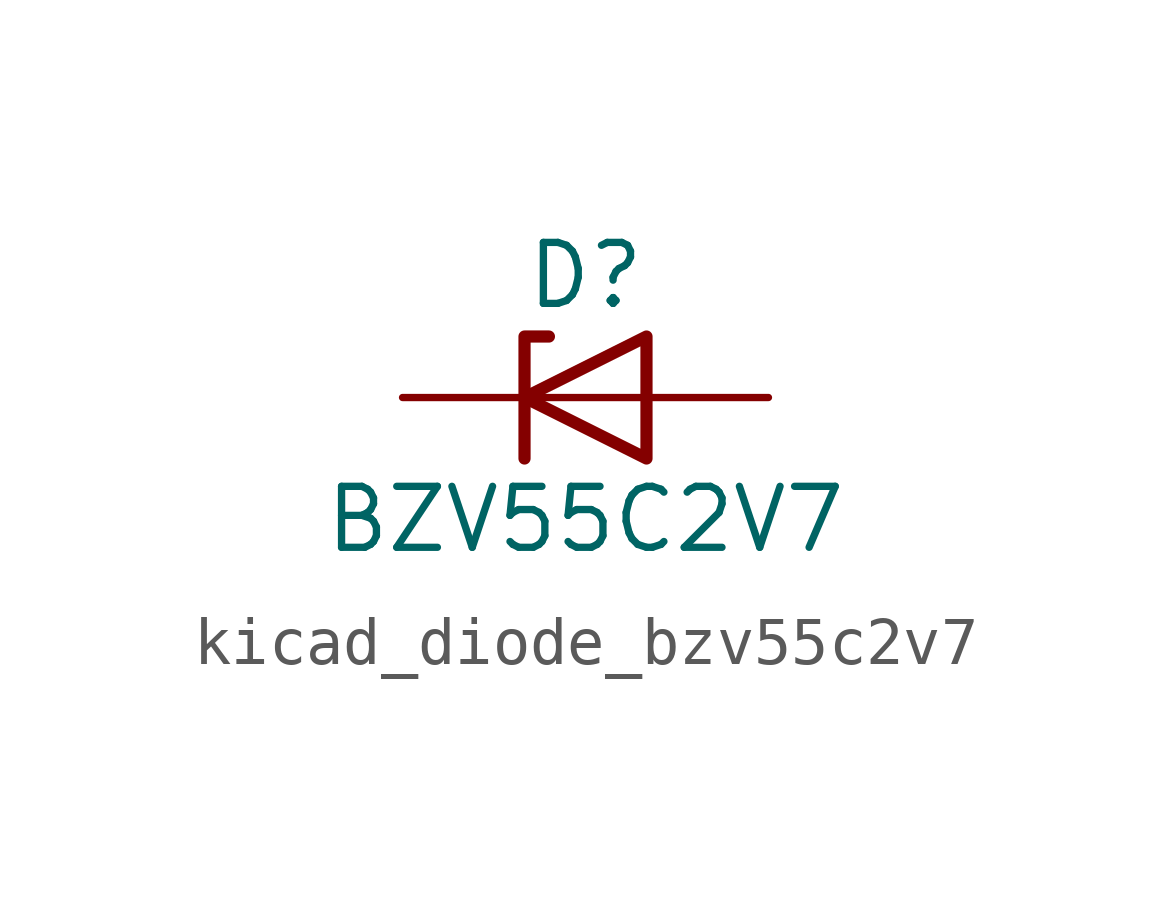
<source format=kicad_sym>
(kicad_symbol_lib
  (version 20220914)
  (generator kicad_symbol_editor)
  (symbol "kicad_diode_bzv55c2v7"
    (pin_numbers hide)
    (pin_names hide)
    (property "Reference" "D"
      (at 0 2.54 0)
      (effects (font (size 1.27 1.27))))
    (property "Value" "BZV55C2V7"
      (at 0 -2.54 0)
      (effects (font (size 1.27 1.27))))
    (symbol "kicad_diode_bzv55c2v7_0_1"
      (polyline (pts (xy 1.27 0) (xy -1.27 0)) (stroke (width 0) (type default)) (fill (type none)))
      (polyline (pts (xy -1.27 -1.27) (xy -1.27 1.27) (xy -0.762 1.27)) (stroke (width 0.254) (type default)) (fill (type none)))
      (polyline (pts (xy 1.27 -1.27) (xy 1.27 1.27) (xy -1.27 0) (xy 1.27 -1.27)) (stroke (width 0.254) (type default)) (fill (type none))))
    (symbol "kicad_diode_bzv55c2v7_1_1"
      (pin passive line (at -3.81 0 0) (length 2.54) (name "K" (effects (font (size 1.27 1.27)))) (number "1" (effects (font (size 1.27 1.27)))))
      (pin passive line (at 3.81 0 180) (length 2.54) (name "A" (effects (font (size 1.27 1.27)))) (number "2" (effects (font (size 1.27 1.27))))))))
</source>
